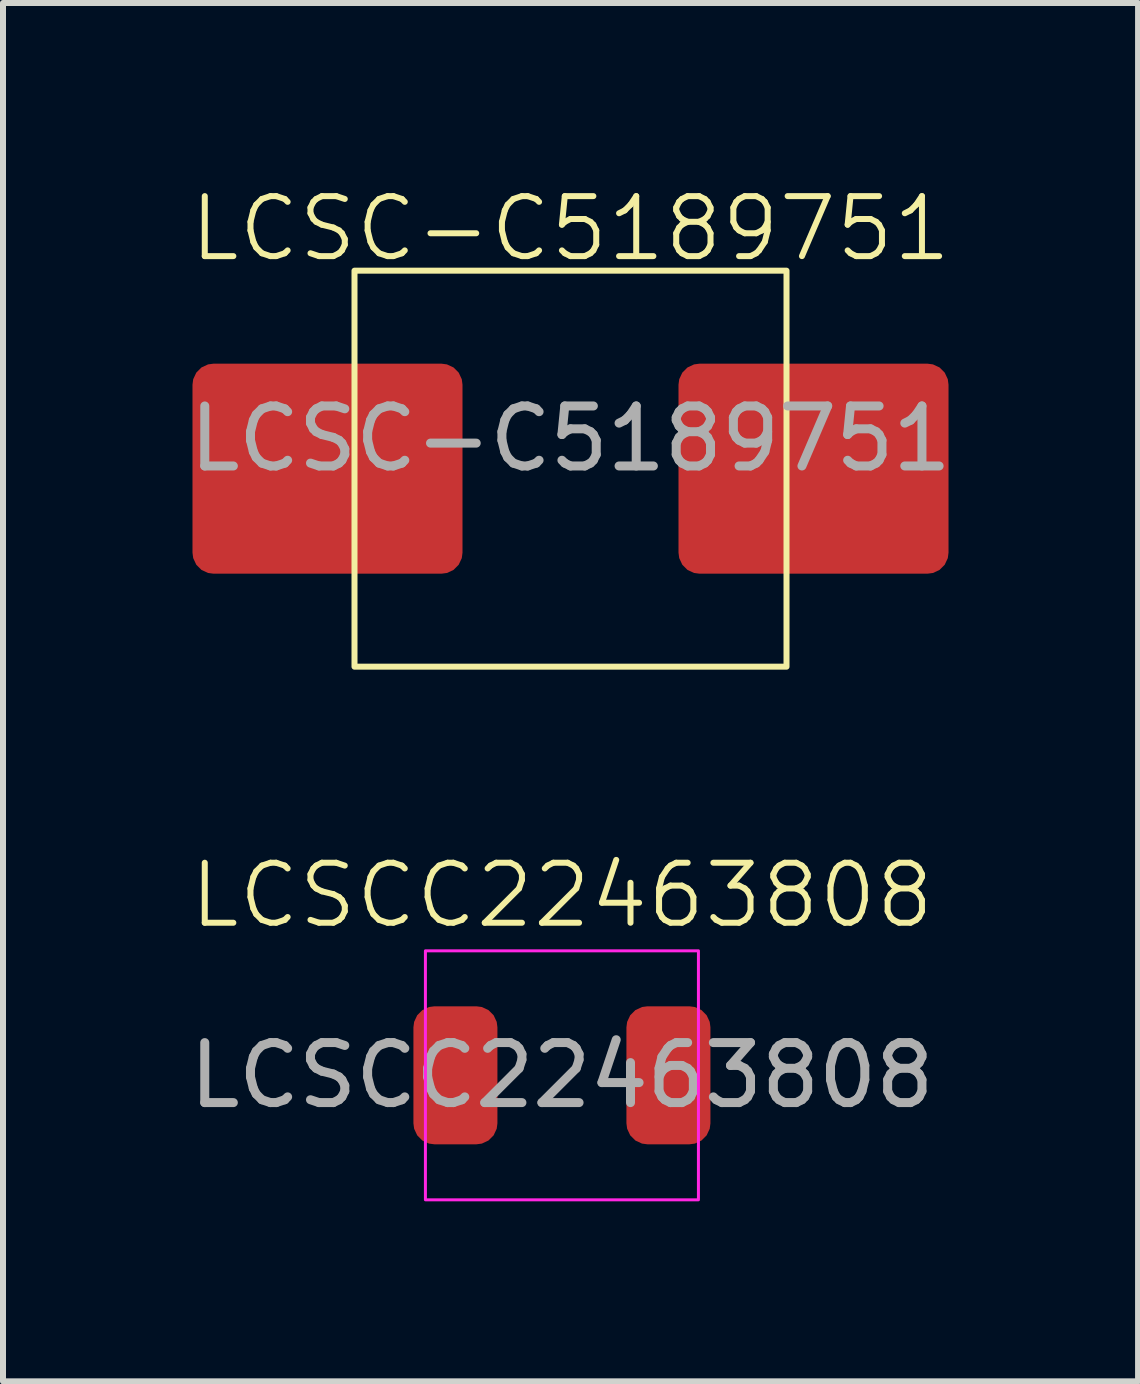
<source format=kicad_pcb>
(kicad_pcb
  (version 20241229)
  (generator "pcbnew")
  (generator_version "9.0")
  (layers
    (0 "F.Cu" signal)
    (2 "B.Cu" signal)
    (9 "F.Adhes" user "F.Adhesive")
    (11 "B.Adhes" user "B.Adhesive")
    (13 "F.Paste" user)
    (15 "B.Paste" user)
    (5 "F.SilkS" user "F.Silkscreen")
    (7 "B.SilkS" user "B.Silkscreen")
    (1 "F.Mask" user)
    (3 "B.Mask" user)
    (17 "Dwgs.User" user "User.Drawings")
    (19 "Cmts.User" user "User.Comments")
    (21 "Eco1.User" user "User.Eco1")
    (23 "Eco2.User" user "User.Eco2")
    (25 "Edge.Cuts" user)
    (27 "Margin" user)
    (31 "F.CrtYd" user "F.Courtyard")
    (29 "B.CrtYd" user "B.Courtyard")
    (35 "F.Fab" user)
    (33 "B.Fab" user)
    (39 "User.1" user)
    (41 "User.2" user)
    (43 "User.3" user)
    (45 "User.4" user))
  (footprint "LCSC-C5189751"
    (layer "F.Cu")
    (at 6.458 4.761)
    (property "Reference" "LCSC-C5189751" (at 0 -4 0) (unlocked yes) (layer "F.SilkS") (effects (font (size 1 1) (thickness 0.1))))
    (attr smd)
    (fp_rect (start -3.6 -3.3) (end 3.6 3.3) (stroke (width 0.1) (type solid)) (fill no) (layer "F.SilkS"))
    (fp_text user "${REFERENCE}" (at 0 -0.5 0) (unlocked yes) (layer "F.Fab") (effects (font (size 1 1) (thickness 0.15))))
    (pad "1" smd roundrect (at -1.8 0) (size 4.5 3.5) (drill (offset -2.25 0)) (layers "F.Cu" "F.Mask" "F.Paste") (roundrect_rratio 0.1))
    (pad "2" smd roundrect (at 1.8 0) (size 4.5 3.5) (drill (offset 2.25 0)) (layers "F.Cu" "F.Mask" "F.Paste") (roundrect_rratio 0.1)))
  (footprint "LCSCC22463808"
    (layer "F.Cu")
    (at 6.315 14.871)
    (property "Reference" "LCSCC22463808" (at 0 -3 0) (unlocked yes) (layer "F.SilkS") (effects (font (size 1 1) (thickness 0.1))))
    (attr smd)
    (fp_rect (start -2.275 -2.075) (end 2.275 2.075) (stroke (width 0.05) (type default)) (fill no) (layer "F.CrtYd"))
    (fp_text user "${REFERENCE}" (at 0 0 0) (unlocked yes) (layer "F.Fab") (effects (font (size 1 1) (thickness 0.15))))
    (pad "1" smd roundrect (at -1.775 0) (size 1.4 2.3) (layers "F.Cu" "F.Mask" "F.Paste") (roundrect_rratio 0.25))
    (pad "2" smd roundrect (at 1.775 0) (size 1.4 2.3) (layers "F.Cu" "F.Mask" "F.Paste") (roundrect_rratio 0.25)))
  (gr_rect
    (start -3 -3)
    (end 15.917 19.971)
    (stroke (width 0.1) (type default))
    (fill no)
    (layer "Edge.Cuts")))
</source>
